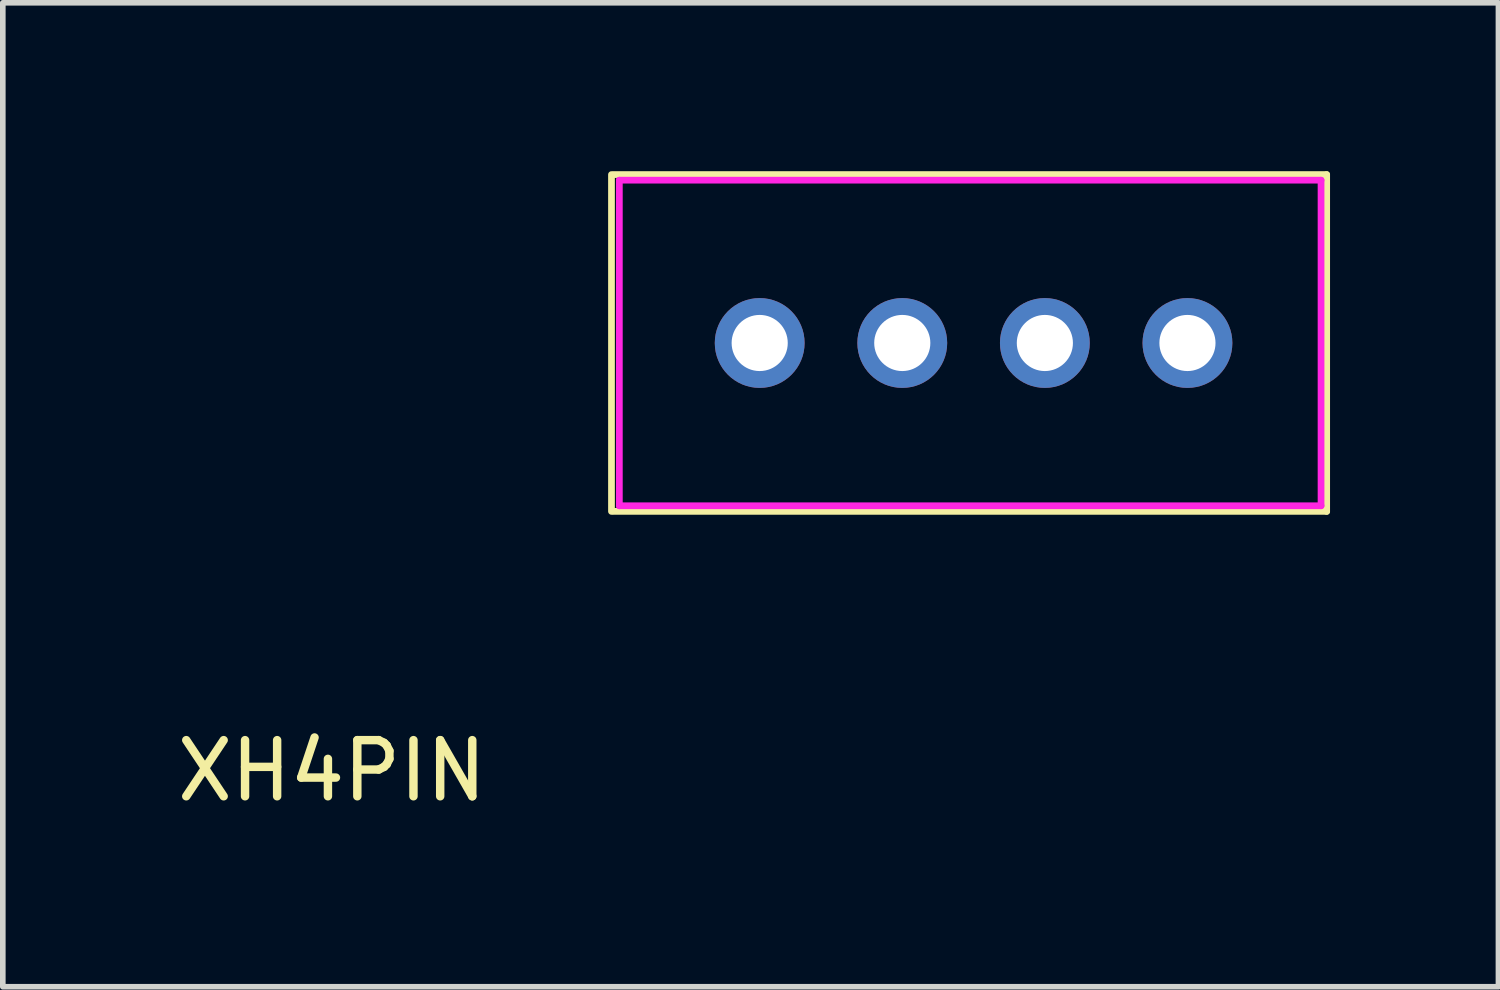
<source format=kicad_pcb>
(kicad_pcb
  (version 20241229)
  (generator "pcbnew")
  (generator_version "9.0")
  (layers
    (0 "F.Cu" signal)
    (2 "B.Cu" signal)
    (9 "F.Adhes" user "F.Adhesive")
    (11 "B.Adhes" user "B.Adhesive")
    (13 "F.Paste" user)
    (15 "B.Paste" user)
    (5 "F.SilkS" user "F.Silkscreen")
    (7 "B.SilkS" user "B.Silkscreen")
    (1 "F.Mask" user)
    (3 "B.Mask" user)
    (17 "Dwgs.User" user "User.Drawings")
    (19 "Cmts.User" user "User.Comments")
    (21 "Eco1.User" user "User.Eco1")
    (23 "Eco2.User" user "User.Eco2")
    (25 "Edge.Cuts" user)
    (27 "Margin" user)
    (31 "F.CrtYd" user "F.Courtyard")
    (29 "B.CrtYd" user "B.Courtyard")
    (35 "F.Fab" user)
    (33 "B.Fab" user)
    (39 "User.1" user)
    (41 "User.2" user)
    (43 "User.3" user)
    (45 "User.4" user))
  (footprint "XH4PIN"
    (layer "F.Cu")
    (at 10.483 3.06)
    (property "Reference" "XH4PIN" (at -7.62 7.62 0) (layer "F.SilkS") (effects (font (size 1 1) (thickness 0.15))))
    (attr through_hole)
    (fp_line (start -2.64 3) (end -2.64 -3) (stroke (width 0.12) (type solid)) (layer "F.SilkS"))
    (fp_line (start -2.6 -3) (end 10.1 -3) (stroke (width 0.12) (type solid)) (layer "F.SilkS"))
    (fp_line (start 10.1 -3) (end 10.1 3) (stroke (width 0.12) (type solid)) (layer "F.SilkS"))
    (fp_line (start 10.1 3) (end -2.6 3) (stroke (width 0.12) (type solid)) (layer "F.SilkS"))
    (fp_line (start -2.5 -2.9) (end 10 -2.9) (stroke (width 0.12) (type solid)) (layer "F.CrtYd"))
    (fp_line (start -2.5 2.9) (end -2.5 -2.9) (stroke (width 0.12) (type solid)) (layer "F.CrtYd"))
    (fp_line (start 10 -2.9) (end 10 2.9) (stroke (width 0.12) (type solid)) (layer "F.CrtYd"))
    (fp_line (start 10 2.9) (end -2.5 2.9) (stroke (width 0.12) (type solid)) (layer "F.CrtYd"))
    (pad "DM" thru_hole circle (at 2.54 0) (size 1.6 1.6) (drill 1) (layers "*.Cu" "*.Mask"))
    (pad "DP" thru_hole circle (at 5.08 0) (size 1.6 1.6) (drill 1) (layers "*.Cu" "*.Mask"))
    (pad "GND" thru_hole circle (at 0 0) (size 1.6 1.6) (drill 1) (layers "*.Cu" "*.Mask"))
    (pad "VCC" thru_hole circle (at 7.62 0) (size 1.6 1.6) (drill 1) (layers "*.Cu" "*.Mask")))
  (gr_rect
    (start -3 -3)
    (end 23.643 14.528)
    (stroke (width 0.1) (type default))
    (fill no)
    (layer "Edge.Cuts")))
</source>
